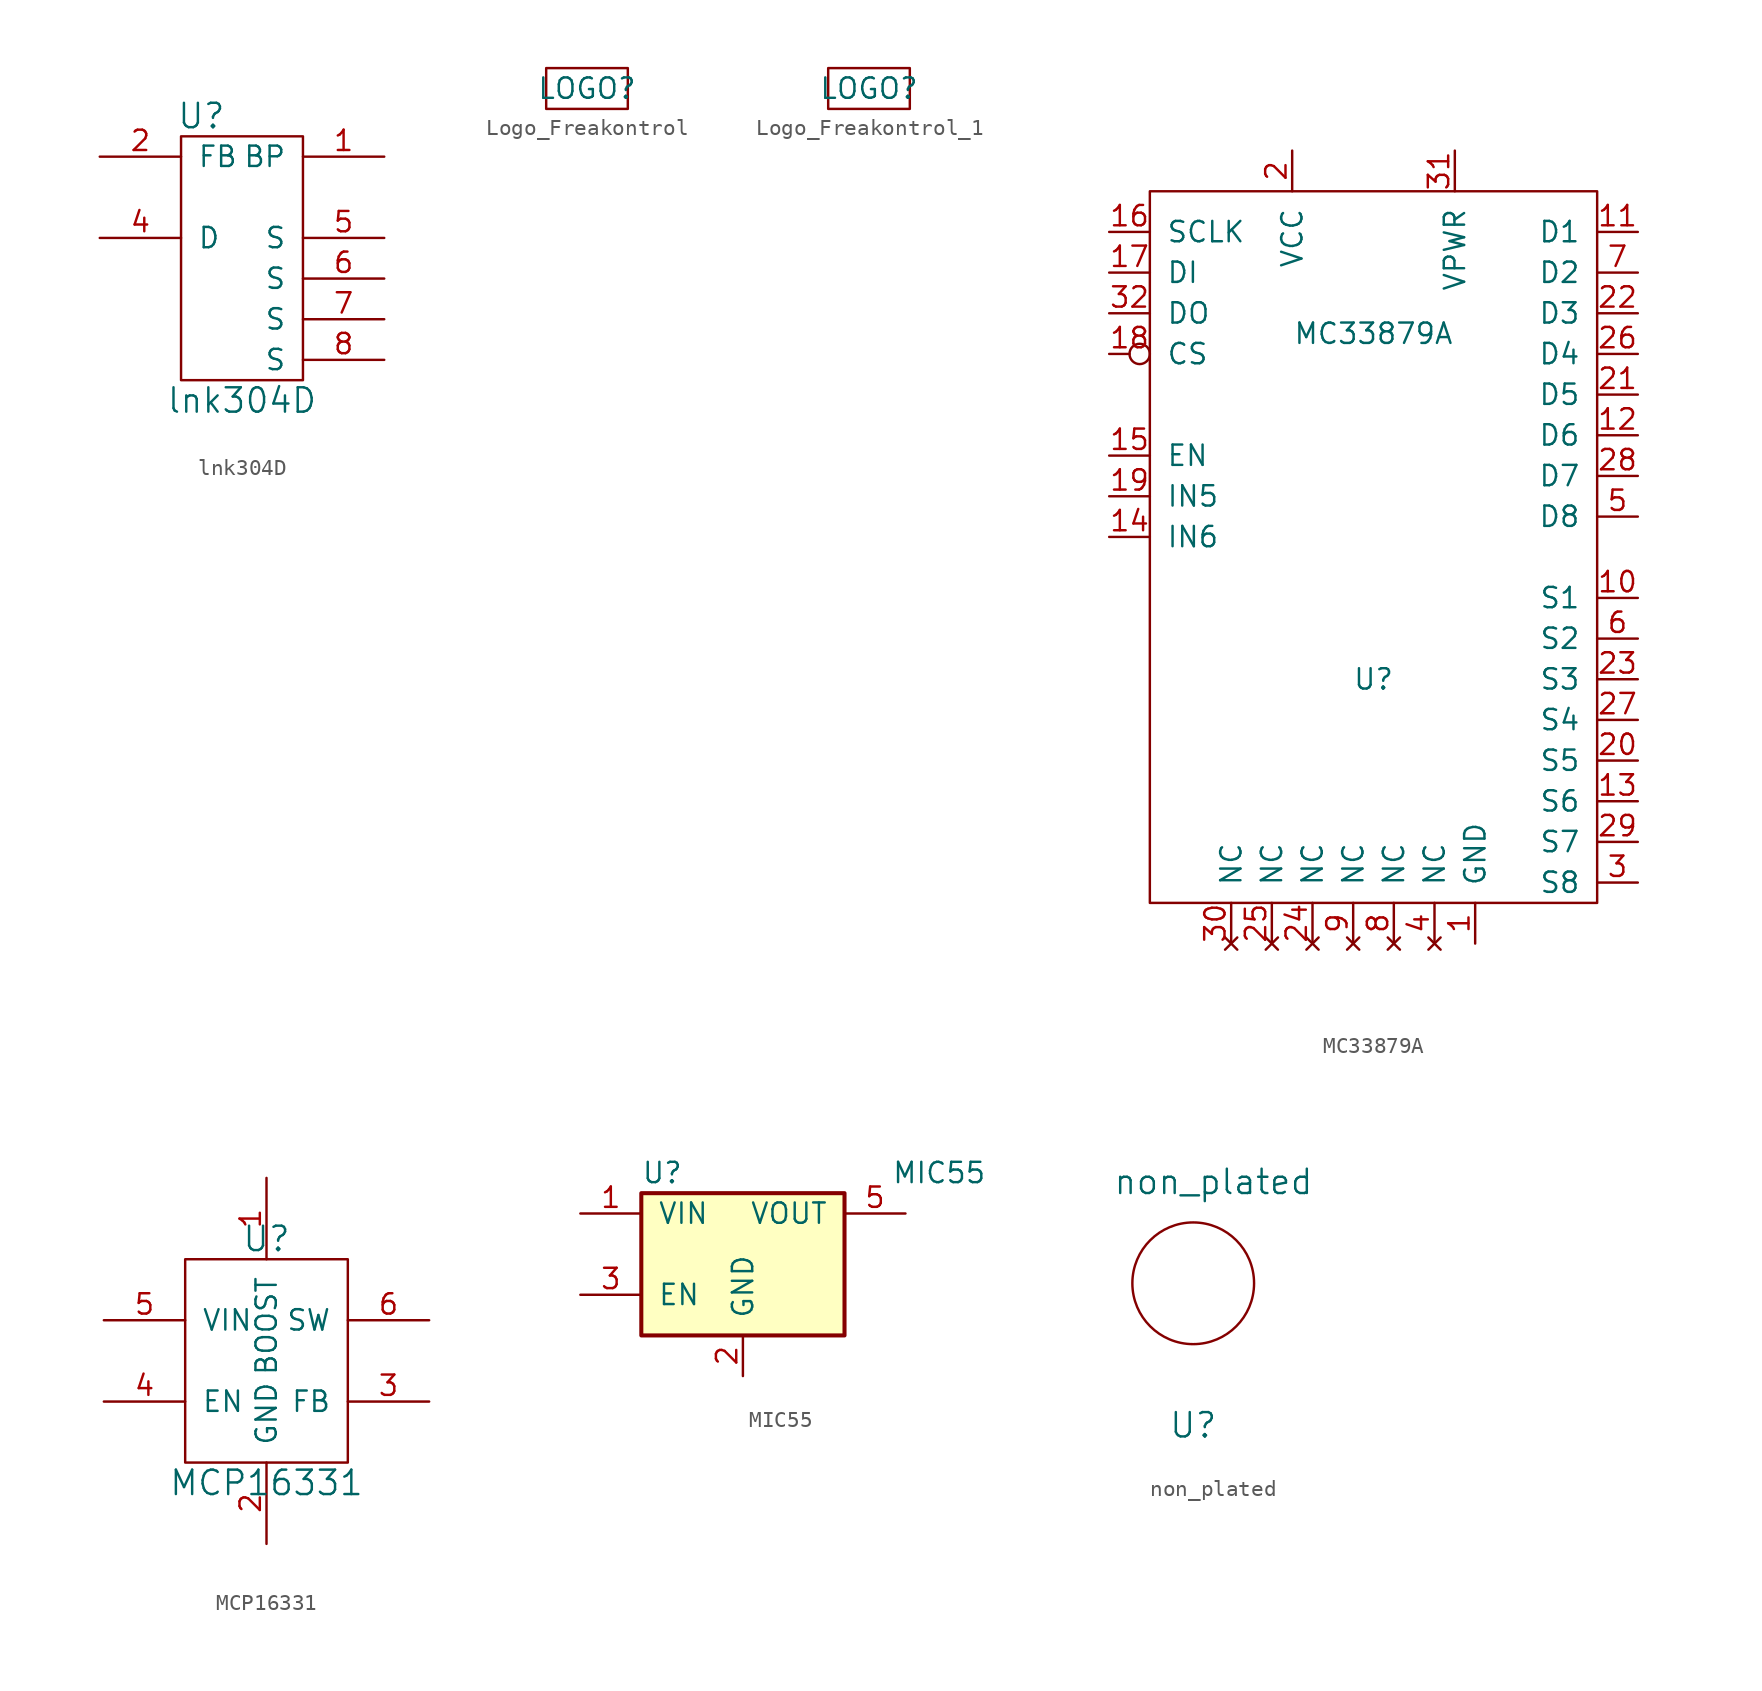
<source format=kicad_sym>
(kicad_symbol_lib
  (version 20220914)
  (generator kicad_symbol_editor)
  (symbol "lnk304D"
    (pin_names
      (offset 1.016))
    (property "Reference" "U"
      (at -2.54 5.08 0)
      (effects (font (size 1.524 1.524))))
    (property "Value" "lnk304D"
      (at 0 -12.7 0)
      (effects (font (size 1.524 1.524))))
    (property "Footprint" ""
      (at 0 0 0)
      (effects (font (size 1.524 1.524))))
    (property "Datasheet" ""
      (at 0 0 0)
      (effects (font (size 1.524 1.524))))
    (symbol "lnk304D_0_1"
      (rectangle (start -3.81 3.81) (end 3.81 -11.43) (stroke (width 0) (type default)) (fill (type none))))
    (symbol "lnk304D_1_1"
      (pin power_in line (at 8.89 2.54 180) (length 5.08) (name "BP" (effects (font (size 1.27 1.27)))) (number "1" (effects (font (size 1.27 1.27)))))
      (pin input line (at -8.89 2.54 0) (length 5.08) (name "FB" (effects (font (size 1.27 1.27)))) (number "2" (effects (font (size 1.27 1.27)))))
      (pin power_in line (at -8.89 -2.54 0) (length 5.08) (name "D" (effects (font (size 1.27 1.27)))) (number "4" (effects (font (size 1.27 1.27)))))
      (pin power_out line (at 8.89 -2.54 180) (length 5.08) (name "S" (effects (font (size 1.27 1.27)))) (number "5" (effects (font (size 1.27 1.27)))))
      (pin power_out line (at 8.89 -5.08 180) (length 5.08) (name "S" (effects (font (size 1.27 1.27)))) (number "6" (effects (font (size 1.27 1.27)))))
      (pin power_out line (at 8.89 -7.62 180) (length 5.08) (name "S" (effects (font (size 1.27 1.27)))) (number "7" (effects (font (size 1.27 1.27)))))
      (pin power_out line (at 8.89 -10.16 180) (length 5.08) (name "S" (effects (font (size 1.27 1.27)))) (number "8" (effects (font (size 1.27 1.27)))))))
  (symbol "Logo_Freakontrol"
    (property "Reference" "LOGO"
      (at 0 0 0)
      (effects (font (size 1.27 1.27))))
    (symbol "Logo_Freakontrol_0_1"
      (rectangle (start -2.54 1.27) (end 2.54 -1.27) (stroke (width 0) (type default)) (fill (type none)))))
  (symbol "Logo_Freakontrol_1"
    (property "Reference" "LOGO"
      (at 0 0 0)
      (effects (font (size 1.27 1.27))))
    (symbol "Logo_Freakontrol_1_0_1"
      (rectangle (start -2.54 1.27) (end 2.54 -1.27) (stroke (width 0) (type default)) (fill (type none)))))
  (symbol "MC33879A"
    (pin_names
      (offset 1.016))
    (property "Reference" "U"
      (at 0 -7.62 0)
      (effects (font (size 1.27 1.27))))
    (property "Value" "MC33879A"
      (at 0 13.97 0)
      (effects (font (size 1.27 1.27))))
    (symbol "MC33879A_0_1"
      (rectangle (start -13.97 22.86) (end 13.97 -21.59) (stroke (width 0) (type default)) (fill (type none))))
    (symbol "MC33879A_1_1"
      (pin input line (at 6.35 -24.13 90) (length 2.54) (name "GND" (effects (font (size 1.27 1.27)))) (number "1" (effects (font (size 1.27 1.27)))))
      (pin input line (at 16.51 -2.54 180) (length 2.54) (name "S1" (effects (font (size 1.27 1.27)))) (number "10" (effects (font (size 1.27 1.27)))))
      (pin input line (at 16.51 20.32 180) (length 2.54) (name "D1" (effects (font (size 1.27 1.27)))) (number "11" (effects (font (size 1.27 1.27)))))
      (pin input line (at 16.51 7.62 180) (length 2.54) (name "D6" (effects (font (size 1.27 1.27)))) (number "12" (effects (font (size 1.27 1.27)))))
      (pin input line (at 16.51 -15.24 180) (length 2.54) (name "S6" (effects (font (size 1.27 1.27)))) (number "13" (effects (font (size 1.27 1.27)))))
      (pin input line (at -16.51 1.27 0) (length 2.54) (name "IN6" (effects (font (size 1.27 1.27)))) (number "14" (effects (font (size 1.27 1.27)))))
      (pin input line (at -16.51 6.35 0) (length 2.54) (name "EN" (effects (font (size 1.27 1.27)))) (number "15" (effects (font (size 1.27 1.27)))))
      (pin input line (at -16.51 20.32 0) (length 2.54) (name "SCLK" (effects (font (size 1.27 1.27)))) (number "16" (effects (font (size 1.27 1.27)))))
      (pin input line (at -16.51 17.78 0) (length 2.54) (name "DI" (effects (font (size 1.27 1.27)))) (number "17" (effects (font (size 1.27 1.27)))))
      (pin input inverted (at -16.51 12.7 0) (length 2.54) (name "CS" (effects (font (size 1.27 1.27)))) (number "18" (effects (font (size 1.27 1.27)))))
      (pin input line (at -16.51 3.81 0) (length 2.54) (name "IN5" (effects (font (size 1.27 1.27)))) (number "19" (effects (font (size 1.27 1.27)))))
      (pin input line (at -5.08 25.4 270) (length 2.54) (name "VCC" (effects (font (size 1.27 1.27)))) (number "2" (effects (font (size 1.27 1.27)))))
      (pin input line (at 16.51 -12.7 180) (length 2.54) (name "S5" (effects (font (size 1.27 1.27)))) (number "20" (effects (font (size 1.27 1.27)))))
      (pin input line (at 16.51 10.16 180) (length 2.54) (name "D5" (effects (font (size 1.27 1.27)))) (number "21" (effects (font (size 1.27 1.27)))))
      (pin input line (at 16.51 15.24 180) (length 2.54) (name "D3" (effects (font (size 1.27 1.27)))) (number "22" (effects (font (size 1.27 1.27)))))
      (pin input line (at 16.51 -7.62 180) (length 2.54) (name "S3" (effects (font (size 1.27 1.27)))) (number "23" (effects (font (size 1.27 1.27)))))
      (pin no_connect line (at -3.81 -24.13 90) (length 2.54) (name "NC" (effects (font (size 1.27 1.27)))) (number "24" (effects (font (size 1.27 1.27)))))
      (pin no_connect line (at -6.35 -24.13 90) (length 2.54) (name "NC" (effects (font (size 1.27 1.27)))) (number "25" (effects (font (size 1.27 1.27)))))
      (pin input line (at 16.51 12.7 180) (length 2.54) (name "D4" (effects (font (size 1.27 1.27)))) (number "26" (effects (font (size 1.27 1.27)))))
      (pin input line (at 16.51 -10.16 180) (length 2.54) (name "S4" (effects (font (size 1.27 1.27)))) (number "27" (effects (font (size 1.27 1.27)))))
      (pin input line (at 16.51 5.08 180) (length 2.54) (name "D7" (effects (font (size 1.27 1.27)))) (number "28" (effects (font (size 1.27 1.27)))))
      (pin input line (at 16.51 -17.78 180) (length 2.54) (name "S7" (effects (font (size 1.27 1.27)))) (number "29" (effects (font (size 1.27 1.27)))))
      (pin input line (at 16.51 -20.32 180) (length 2.54) (name "S8" (effects (font (size 1.27 1.27)))) (number "3" (effects (font (size 1.27 1.27)))))
      (pin no_connect line (at -8.89 -24.13 90) (length 2.54) (name "NC" (effects (font (size 1.27 1.27)))) (number "30" (effects (font (size 1.27 1.27)))))
      (pin input line (at 5.08 25.4 270) (length 2.54) (name "VPWR" (effects (font (size 1.27 1.27)))) (number "31" (effects (font (size 1.27 1.27)))))
      (pin input line (at -16.51 15.24 0) (length 2.54) (name "DO" (effects (font (size 1.27 1.27)))) (number "32" (effects (font (size 1.27 1.27)))))
      (pin no_connect line (at 3.81 -24.13 90) (length 2.54) (name "NC" (effects (font (size 1.27 1.27)))) (number "4" (effects (font (size 1.27 1.27)))))
      (pin input line (at 16.51 2.54 180) (length 2.54) (name "D8" (effects (font (size 1.27 1.27)))) (number "5" (effects (font (size 1.27 1.27)))))
      (pin input line (at 16.51 -5.08 180) (length 2.54) (name "S2" (effects (font (size 1.27 1.27)))) (number "6" (effects (font (size 1.27 1.27)))))
      (pin input line (at 16.51 17.78 180) (length 2.54) (name "D2" (effects (font (size 1.27 1.27)))) (number "7" (effects (font (size 1.27 1.27)))))
      (pin no_connect line (at 1.27 -24.13 90) (length 2.54) (name "NC" (effects (font (size 1.27 1.27)))) (number "8" (effects (font (size 1.27 1.27)))))
      (pin no_connect line (at -1.27 -24.13 90) (length 2.54) (name "NC" (effects (font (size 1.27 1.27)))) (number "9" (effects (font (size 1.27 1.27)))))))
  (symbol "MCP16331"
    (pin_names
      (offset 1.016))
    (property "Reference" "U"
      (at 0 7.62 0)
      (effects (font (size 1.524 1.524))))
    (property "Value" "MCP16331"
      (at 0 -7.62 0)
      (effects (font (size 1.524 1.524))))
    (symbol "MCP16331_0_1"
      (rectangle (start -5.08 6.35) (end 5.08 -6.35) (stroke (width 0) (type default)) (fill (type none))))
    (symbol "MCP16331_1_1"
      (pin power_in line (at 0 11.43 270) (length 5.08) (name "BOOST" (effects (font (size 1.27 1.27)))) (number "1" (effects (font (size 1.27 1.27)))))
      (pin power_in line (at 0 -11.43 90) (length 5.08) (name "GND" (effects (font (size 1.27 1.27)))) (number "2" (effects (font (size 1.27 1.27)))))
      (pin input line (at 10.16 -2.54 180) (length 5.08) (name "FB" (effects (font (size 1.27 1.27)))) (number "3" (effects (font (size 1.27 1.27)))))
      (pin input line (at -10.16 -2.54 0) (length 5.08) (name "EN" (effects (font (size 1.27 1.27)))) (number "4" (effects (font (size 1.27 1.27)))))
      (pin power_in line (at -10.16 2.54 0) (length 5.08) (name "VIN" (effects (font (size 1.27 1.27)))) (number "5" (effects (font (size 1.27 1.27)))))
      (pin open_emitter line (at 10.16 2.54 180) (length 5.08) (name "SW" (effects (font (size 1.27 1.27)))) (number "6" (effects (font (size 1.27 1.27)))))))
  (symbol "MIC55"
    (pin_names
      (offset 1.016))
    (property "Reference" "U"
      (at -6.35 5.08 0)
      (effects (font (size 1.27 1.27)) (justify left)))
    (property "Value" "MIC55"
      (at 15.24 5.08 0)
      (effects (font (size 1.27 1.27)) (justify right)))
    (property "Datasheet" ""
      (at 0 0 0)
      (effects (font (size 1.27 1.27))))
    (symbol "MIC55_0_1"
      (rectangle (start -6.35 3.81) (end 6.35 -5.08) (stroke (width 0.254) (type default)) (fill (type background))))
    (symbol "MIC55_1_1"
      (pin power_in line (at -10.16 2.54 0) (length 3.81) (name "VIN" (effects (font (size 1.27 1.27)))) (number "1" (effects (font (size 1.27 1.27)))))
      (pin power_in line (at 0 -7.62 90) (length 2.54) (name "GND" (effects (font (size 1.27 1.27)))) (number "2" (effects (font (size 1.27 1.27)))))
      (pin input line (at -10.16 -2.54 0) (length 3.81) (name "EN" (effects (font (size 1.27 1.27)))) (number "3" (effects (font (size 1.27 1.27)))))
      (pin power_out line (at 10.16 2.54 180) (length 3.81) (name "VOUT" (effects (font (size 1.27 1.27)))) (number "5" (effects (font (size 1.27 1.27)))))))
  (symbol "non_plated"
    (pin_names
      (offset 1.016))
    (property "Reference" "U"
      (at 0 -8.89 0)
      (effects (font (size 1.524 1.524))))
    (property "Value" "non_plated"
      (at 1.27 6.35 0)
      (effects (font (size 1.524 1.524))))
    (symbol "non_plated_0_1"
      (circle (center 0 0) (radius 3.81) (stroke (width 0) (type default)) (fill (type none))))))
</source>
